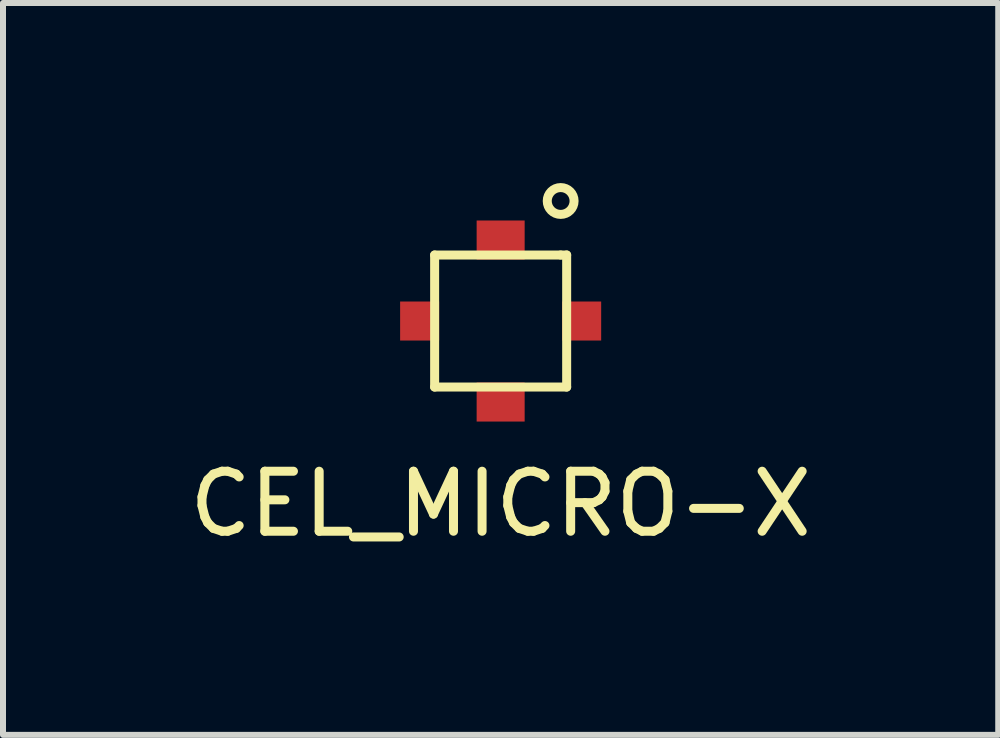
<source format=kicad_pcb>
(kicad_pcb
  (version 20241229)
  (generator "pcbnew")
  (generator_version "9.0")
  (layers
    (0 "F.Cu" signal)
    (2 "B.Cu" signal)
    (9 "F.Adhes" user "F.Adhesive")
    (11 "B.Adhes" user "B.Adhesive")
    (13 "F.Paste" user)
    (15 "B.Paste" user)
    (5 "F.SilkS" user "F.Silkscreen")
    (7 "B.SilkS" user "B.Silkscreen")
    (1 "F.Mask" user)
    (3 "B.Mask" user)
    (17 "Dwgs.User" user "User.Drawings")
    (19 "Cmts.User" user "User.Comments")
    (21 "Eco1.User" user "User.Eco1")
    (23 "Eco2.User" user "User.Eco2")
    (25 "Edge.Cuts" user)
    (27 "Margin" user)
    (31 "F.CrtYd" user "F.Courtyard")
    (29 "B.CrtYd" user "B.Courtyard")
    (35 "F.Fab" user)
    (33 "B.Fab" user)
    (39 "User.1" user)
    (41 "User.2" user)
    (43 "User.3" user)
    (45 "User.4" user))
  (footprint "CEL_MICRO-X"
    (layer "F.Cu")
    (at 5.292 2.299)
    (property "Reference" "CEL_MICRO-X" (at 0 3.048 0) (layer "F.SilkS") (effects (font (size 1 1) (thickness 0.15))))
    (attr through_hole)
    (fp_line (start -1.1 -1.1) (end 1 -1.1) (stroke (width 0.15) (type solid)) (layer "F.SilkS"))
    (fp_line (start -1.1 1.1) (end -1.1 -1.1) (stroke (width 0.15) (type solid)) (layer "F.SilkS"))
    (fp_line (start 1 -1.1) (end 1.1 -1.1) (stroke (width 0.15) (type solid)) (layer "F.SilkS"))
    (fp_line (start 1.1 -1.1) (end 1.1 1.1) (stroke (width 0.15) (type solid)) (layer "F.SilkS"))
    (fp_line (start 1.1 1.1) (end -1.1 1.1) (stroke (width 0.15) (type solid)) (layer "F.SilkS"))
    (fp_circle (center 1 -2) (end 1.1 -1.8) (stroke (width 0.15) (type solid)) (fill no) (layer "F.SilkS"))
    (pad "1" smd rect (at 0 -1.35) (size 0.8 0.65) (layers "F.Cu" "F.Mask" "F.Paste"))
    (pad "2" smd rect (at -1.35 0) (size 0.65 0.65) (layers "F.Cu" "F.Mask" "F.Paste"))
    (pad "3" smd rect (at 0 1.35) (size 0.8 0.65) (layers "F.Cu" "F.Mask" "F.Paste"))
    (pad "4" smd rect (at 1.35 0) (size 0.65 0.65) (layers "F.Cu" "F.Mask" "F.Paste")))
  (gr_rect
    (start -3 -3)
    (end 13.583 9.195)
    (stroke (width 0.1) (type default))
    (fill no)
    (layer "Edge.Cuts")))
</source>
